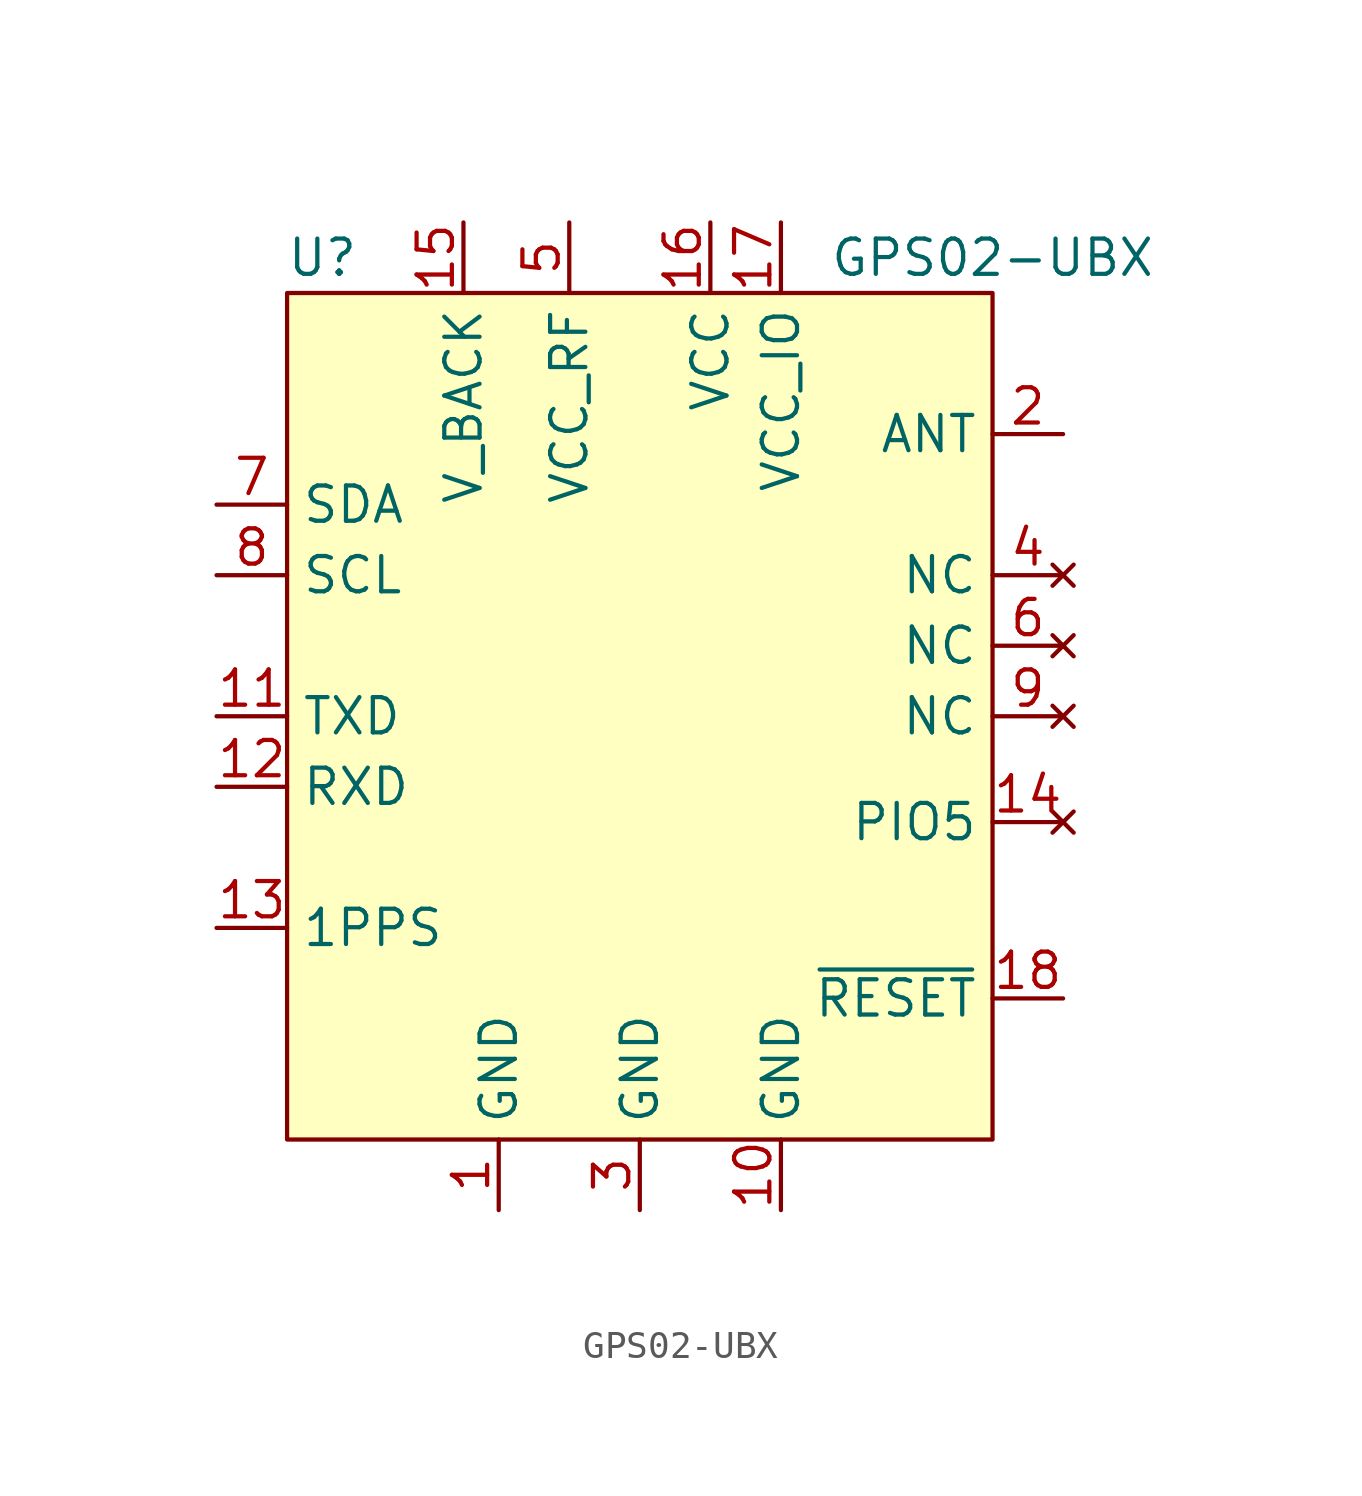
<source format=kicad_sym>
(kicad_symbol_lib
  (version 20231120)
  (generator "kicad_symbol_editor")
  (generator_version "8.0")
  (symbol "GPS02-UBX"
    (property "Reference" "U"
      (at -11.43 19.05 0)
      (effects (font (size 1.27 1.27))))
    (property "Value" "GPS02-UBX"
      (at 12.7 19.05 0)
      (effects (font (size 1.27 1.27))))
    (symbol "GPS02-UBX_1_1"
      (rectangle (start -12.7 17.78) (end 12.7 -12.7) (stroke (width 0) (type default)) (fill (type background)))
      (pin power_in line (at -5.08 -15.24 90) (length 2.54) (name "GND" (effects (font (size 1.27 1.27)))) (number "1" (effects (font (size 1.27 1.27)))))
      (pin power_in line (at 5.08 -15.24 90) (length 2.54) (name "GND" (effects (font (size 1.27 1.27)))) (number "10" (effects (font (size 1.27 1.27)))))
      (pin output line (at -15.24 2.54 0) (length 2.54) (name "TXD" (effects (font (size 1.27 1.27)))) (number "11" (effects (font (size 1.27 1.27)))))
      (pin input line (at -15.24 0 0) (length 2.54) (name "RXD" (effects (font (size 1.27 1.27)))) (number "12" (effects (font (size 1.27 1.27)))))
      (pin output line (at -15.24 -5.08 0) (length 2.54) (name "1PPS" (effects (font (size 1.27 1.27)))) (number "13" (effects (font (size 1.27 1.27)))))
      (pin no_connect line (at 15.24 -1.27 180) (length 2.54) (name "PIO5" (effects (font (size 1.27 1.27)))) (number "14" (effects (font (size 1.27 1.27)))))
      (pin power_in line (at -6.35 20.32 270) (length 2.54) (name "V_BACK" (effects (font (size 1.27 1.27)))) (number "15" (effects (font (size 1.27 1.27)))))
      (pin power_in line (at 2.54 20.32 270) (length 2.54) (name "VCC" (effects (font (size 1.27 1.27)))) (number "16" (effects (font (size 1.27 1.27)))))
      (pin power_in line (at 5.08 20.32 270) (length 2.54) (name "VCC_IO" (effects (font (size 1.27 1.27)))) (number "17" (effects (font (size 1.27 1.27)))))
      (pin input line (at 15.24 -7.62 180) (length 2.54) (name "~{RESET}" (effects (font (size 1.27 1.27)))) (number "18" (effects (font (size 1.27 1.27)))))
      (pin passive line (at 15.24 12.7 180) (length 2.54) (name "ANT" (effects (font (size 1.27 1.27)))) (number "2" (effects (font (size 1.27 1.27)))))
      (pin power_in line (at 0 -15.24 90) (length 2.54) (name "GND" (effects (font (size 1.27 1.27)))) (number "3" (effects (font (size 1.27 1.27)))))
      (pin no_connect line (at 15.24 7.62 180) (length 2.54) (name "NC" (effects (font (size 1.27 1.27)))) (number "4" (effects (font (size 1.27 1.27)))))
      (pin power_in line (at -2.54 20.32 270) (length 2.54) (name "VCC_RF" (effects (font (size 1.27 1.27)))) (number "5" (effects (font (size 1.27 1.27)))))
      (pin no_connect line (at 15.24 5.08 180) (length 2.54) (name "NC" (effects (font (size 1.27 1.27)))) (number "6" (effects (font (size 1.27 1.27)))))
      (pin bidirectional line (at -15.24 10.16 0) (length 2.54) (name "SDA" (effects (font (size 1.27 1.27)))) (number "7" (effects (font (size 1.27 1.27)))))
      (pin input line (at -15.24 7.62 0) (length 2.54) (name "SCL" (effects (font (size 1.27 1.27)))) (number "8" (effects (font (size 1.27 1.27)))))
      (pin no_connect line (at 15.24 2.54 180) (length 2.54) (name "NC" (effects (font (size 1.27 1.27)))) (number "9" (effects (font (size 1.27 1.27))))))))
</source>
